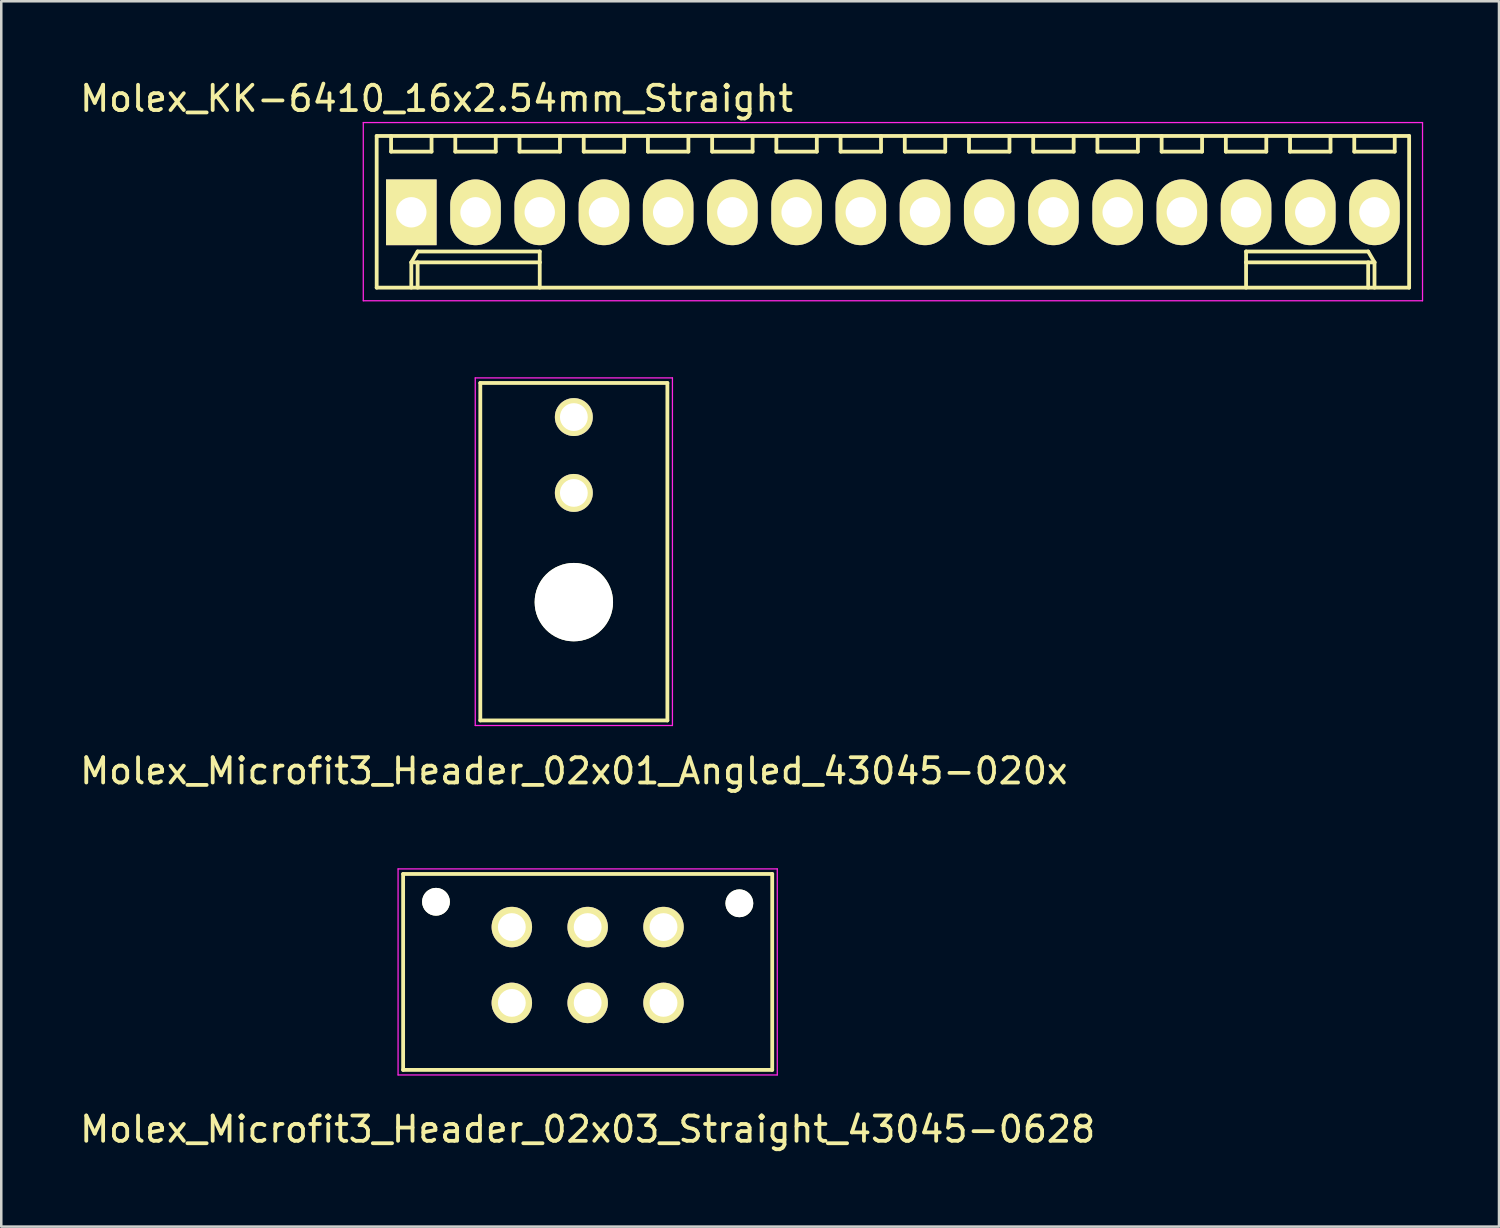
<source format=kicad_pcb>
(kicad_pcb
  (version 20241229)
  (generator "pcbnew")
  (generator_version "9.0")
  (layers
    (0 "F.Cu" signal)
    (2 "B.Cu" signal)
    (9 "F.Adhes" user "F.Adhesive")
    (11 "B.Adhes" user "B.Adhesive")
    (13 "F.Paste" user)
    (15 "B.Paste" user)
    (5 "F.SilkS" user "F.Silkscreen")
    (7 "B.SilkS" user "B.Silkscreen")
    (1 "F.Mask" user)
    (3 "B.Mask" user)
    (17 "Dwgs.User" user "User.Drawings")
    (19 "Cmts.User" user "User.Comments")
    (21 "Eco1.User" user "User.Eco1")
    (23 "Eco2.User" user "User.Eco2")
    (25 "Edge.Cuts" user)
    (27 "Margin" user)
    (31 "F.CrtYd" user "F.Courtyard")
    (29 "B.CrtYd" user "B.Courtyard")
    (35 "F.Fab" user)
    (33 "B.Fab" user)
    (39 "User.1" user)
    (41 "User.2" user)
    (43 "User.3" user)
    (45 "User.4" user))
  (footprint "Molex_Microfit3_Header_02x01_Angled_43045-020x"
    (layer "F.Cu")
    (at 19.649 16.448)
    (property "Reference" "Molex_Microfit3_Header_02x01_Angled_43045-020x" (at 0 11 0) (layer "F.SilkS") (effects (font (size 1 1) (thickness 0.15))))
    (attr through_hole)
    (fp_line (start -3.7 -4.35) (end 3.7 -4.35) (stroke (width 0.15) (type solid)) (layer "F.SilkS"))
    (fp_line (start -3.7 9) (end -3.7 -4.35) (stroke (width 0.15) (type solid)) (layer "F.SilkS"))
    (fp_line (start 3.7 -4.35) (end 3.7 9) (stroke (width 0.15) (type solid)) (layer "F.SilkS"))
    (fp_line (start 3.7 9) (end -3.7 9) (stroke (width 0.15) (type solid)) (layer "F.SilkS"))
    (fp_line (start -3.9 -4.55) (end -3.9 9.2) (stroke (width 0.05) (type solid)) (layer "F.CrtYd"))
    (fp_line (start -3.9 9.2) (end 3.9 9.2) (stroke (width 0.05) (type solid)) (layer "F.CrtYd"))
    (fp_line (start 3.9 -4.55) (end -3.9 -4.55) (stroke (width 0.05) (type solid)) (layer "F.CrtYd"))
    (fp_line (start 3.9 9.2) (end 3.9 -4.55) (stroke (width 0.05) (type solid)) (layer "F.CrtYd"))
    (pad "" np_thru_hole circle (at 0 4.32) (size 3.1 3.1) (drill 3.1) (layers "*.Cu" "*.Mask" "F.SilkS"))
    (pad "1" thru_hole circle (at 0 0) (size 1.5 1.5) (drill 1.1) (layers "*.Cu" "*.Mask" "F.SilkS"))
    (pad "2" thru_hole circle (at 0 -3) (size 1.5 1.5) (drill 1.1) (layers "*.Cu" "*.Mask" "F.SilkS")))
  (footprint "Molex_Microfit3_Header_02x03_Straight_43045-0628"
    (layer "F.Cu")
    (at 23.196 36.621)
    (property "Reference" "Molex_Microfit3_Header_02x03_Straight_43045-0628" (at -3 5 0) (layer "F.SilkS") (effects (font (size 1 1) (thickness 0.15))))
    (attr through_hole)
    (fp_line (start -10.3 2.65) (end -10.3 -5.1) (stroke (width 0.15) (type solid)) (layer "F.SilkS"))
    (fp_line (start 4.3 -5.1) (end -10.3 -5.1) (stroke (width 0.15) (type solid)) (layer "F.SilkS"))
    (fp_line (start 4.3 2.65) (end -10.3 2.65) (stroke (width 0.15) (type solid)) (layer "F.SilkS"))
    (fp_line (start 4.3 2.65) (end 4.3 -5.1) (stroke (width 0.15) (type solid)) (layer "F.SilkS"))
    (fp_line (start -10.5 2.85) (end -10.5 -5.3) (stroke (width 0.05) (type solid)) (layer "F.CrtYd"))
    (fp_line (start 4.5 -5.3) (end -10.5 -5.3) (stroke (width 0.05) (type solid)) (layer "F.CrtYd"))
    (fp_line (start 4.5 2.85) (end -10.5 2.85) (stroke (width 0.05) (type solid)) (layer "F.CrtYd"))
    (fp_line (start 4.5 2.85) (end 4.5 -5.3) (stroke (width 0.05) (type solid)) (layer "F.CrtYd"))
    (pad "" np_thru_hole circle (at -9 -4) (size 1.1 1.1) (drill 1.1) (layers "*.Cu" "*.Mask" "F.SilkS"))
    (pad "" np_thru_hole circle (at 3 -3.94) (size 1.1 1.1) (drill 1.1) (layers "*.Cu" "*.Mask" "F.SilkS"))
    (pad "1" thru_hole circle (at 0 0) (size 1.6 1.6) (drill 1.1) (layers "*.Cu" "*.Mask" "F.SilkS"))
    (pad "2" thru_hole circle (at -3 0) (size 1.6 1.6) (drill 1.1) (layers "*.Cu" "*.Mask" "F.SilkS"))
    (pad "3" thru_hole circle (at -6 0) (size 1.6 1.6) (drill 1.1) (layers "*.Cu" "*.Mask" "F.SilkS"))
    (pad "4" thru_hole circle (at 0 -3) (size 1.6 1.6) (drill 1.1) (layers "*.Cu" "*.Mask" "F.SilkS"))
    (pad "5" thru_hole circle (at -3 -3) (size 1.6 1.6) (drill 1.1) (layers "*.Cu" "*.Mask" "F.SilkS"))
    (pad "6" thru_hole circle (at -6 -3) (size 1.6 1.6) (drill 1.1) (layers "*.Cu" "*.Mask" "F.SilkS")))
  (footprint "Molex_KK-6410_16x2.54mm_Straight"
    (layer "F.Cu")
    (at 13.22 5.348)
    (property "Reference" "Molex_KK-6410_16x2.54mm_Straight" (at 1 -4.5 0) (layer "F.SilkS") (effects (font (size 1 1) (thickness 0.15))))
    (attr through_hole)
    (fp_line (start -1.37 -3.02) (end -1.37 2.98) (stroke (width 0.15) (type solid)) (layer "F.SilkS"))
    (fp_line (start -1.37 2.98) (end 39.47 2.98) (stroke (width 0.15) (type solid)) (layer "F.SilkS"))
    (fp_line (start -0.8 -3.02) (end -0.8 -2.4) (stroke (width 0.15) (type solid)) (layer "F.SilkS"))
    (fp_line (start -0.8 -2.4) (end 0.8 -2.4) (stroke (width 0.15) (type solid)) (layer "F.SilkS"))
    (fp_line (start 0 1.98) (end 0.25 1.55) (stroke (width 0.15) (type solid)) (layer "F.SilkS"))
    (fp_line (start 0 1.98) (end 5.08 1.98) (stroke (width 0.15) (type solid)) (layer "F.SilkS"))
    (fp_line (start 0 2.98) (end 0 1.98) (stroke (width 0.15) (type solid)) (layer "F.SilkS"))
    (fp_line (start 0.25 1.55) (end 5.08 1.55) (stroke (width 0.15) (type solid)) (layer "F.SilkS"))
    (fp_line (start 0.25 2.98) (end 0.25 1.98) (stroke (width 0.15) (type solid)) (layer "F.SilkS"))
    (fp_line (start 0.8 -2.4) (end 0.8 -3.02) (stroke (width 0.15) (type solid)) (layer "F.SilkS"))
    (fp_line (start 1.74 -3.02) (end 1.74 -2.4) (stroke (width 0.15) (type solid)) (layer "F.SilkS"))
    (fp_line (start 1.74 -2.4) (end 3.34 -2.4) (stroke (width 0.15) (type solid)) (layer "F.SilkS"))
    (fp_line (start 3.34 -2.4) (end 3.34 -3.02) (stroke (width 0.15) (type solid)) (layer "F.SilkS"))
    (fp_line (start 4.28 -3.02) (end 4.28 -2.4) (stroke (width 0.15) (type solid)) (layer "F.SilkS"))
    (fp_line (start 4.28 -2.4) (end 5.88 -2.4) (stroke (width 0.15) (type solid)) (layer "F.SilkS"))
    (fp_line (start 5.08 1.55) (end 5.08 1.98) (stroke (width 0.15) (type solid)) (layer "F.SilkS"))
    (fp_line (start 5.08 1.98) (end 5.08 2.98) (stroke (width 0.15) (type solid)) (layer "F.SilkS"))
    (fp_line (start 5.88 -2.4) (end 5.88 -3.02) (stroke (width 0.15) (type solid)) (layer "F.SilkS"))
    (fp_line (start 6.82 -3.02) (end 6.82 -2.4) (stroke (width 0.15) (type solid)) (layer "F.SilkS"))
    (fp_line (start 6.82 -2.4) (end 8.42 -2.4) (stroke (width 0.15) (type solid)) (layer "F.SilkS"))
    (fp_line (start 8.42 -2.4) (end 8.42 -3.02) (stroke (width 0.15) (type solid)) (layer "F.SilkS"))
    (fp_line (start 9.36 -3.02) (end 9.36 -2.4) (stroke (width 0.15) (type solid)) (layer "F.SilkS"))
    (fp_line (start 9.36 -2.4) (end 10.96 -2.4) (stroke (width 0.15) (type solid)) (layer "F.SilkS"))
    (fp_line (start 10.96 -2.4) (end 10.96 -3.02) (stroke (width 0.15) (type solid)) (layer "F.SilkS"))
    (fp_line (start 11.9 -3.02) (end 11.9 -2.4) (stroke (width 0.15) (type solid)) (layer "F.SilkS"))
    (fp_line (start 11.9 -2.4) (end 13.5 -2.4) (stroke (width 0.15) (type solid)) (layer "F.SilkS"))
    (fp_line (start 13.5 -2.4) (end 13.5 -3.02) (stroke (width 0.15) (type solid)) (layer "F.SilkS"))
    (fp_line (start 14.44 -3.02) (end 14.44 -2.4) (stroke (width 0.15) (type solid)) (layer "F.SilkS"))
    (fp_line (start 14.44 -2.4) (end 16.04 -2.4) (stroke (width 0.15) (type solid)) (layer "F.SilkS"))
    (fp_line (start 16.04 -2.4) (end 16.04 -3.02) (stroke (width 0.15) (type solid)) (layer "F.SilkS"))
    (fp_line (start 16.98 -3.02) (end 16.98 -2.4) (stroke (width 0.15) (type solid)) (layer "F.SilkS"))
    (fp_line (start 16.98 -2.4) (end 18.58 -2.4) (stroke (width 0.15) (type solid)) (layer "F.SilkS"))
    (fp_line (start 18.58 -2.4) (end 18.58 -3.02) (stroke (width 0.15) (type solid)) (layer "F.SilkS"))
    (fp_line (start 19.52 -3.02) (end 19.52 -2.4) (stroke (width 0.15) (type solid)) (layer "F.SilkS"))
    (fp_line (start 19.52 -2.4) (end 21.12 -2.4) (stroke (width 0.15) (type solid)) (layer "F.SilkS"))
    (fp_line (start 21.12 -2.4) (end 21.12 -3.02) (stroke (width 0.15) (type solid)) (layer "F.SilkS"))
    (fp_line (start 22.06 -3.02) (end 22.06 -2.4) (stroke (width 0.15) (type solid)) (layer "F.SilkS"))
    (fp_line (start 22.06 -2.4) (end 23.66 -2.4) (stroke (width 0.15) (type solid)) (layer "F.SilkS"))
    (fp_line (start 23.66 -2.4) (end 23.66 -3.02) (stroke (width 0.15) (type solid)) (layer "F.SilkS"))
    (fp_line (start 24.6 -3.02) (end 24.6 -2.4) (stroke (width 0.15) (type solid)) (layer "F.SilkS"))
    (fp_line (start 24.6 -2.4) (end 26.2 -2.4) (stroke (width 0.15) (type solid)) (layer "F.SilkS"))
    (fp_line (start 26.2 -2.4) (end 26.2 -3.02) (stroke (width 0.15) (type solid)) (layer "F.SilkS"))
    (fp_line (start 27.14 -3.02) (end 27.14 -2.4) (stroke (width 0.15) (type solid)) (layer "F.SilkS"))
    (fp_line (start 27.14 -2.4) (end 28.74 -2.4) (stroke (width 0.15) (type solid)) (layer "F.SilkS"))
    (fp_line (start 28.74 -2.4) (end 28.74 -3.02) (stroke (width 0.15) (type solid)) (layer "F.SilkS"))
    (fp_line (start 29.68 -3.02) (end 29.68 -2.4) (stroke (width 0.15) (type solid)) (layer "F.SilkS"))
    (fp_line (start 29.68 -2.4) (end 31.28 -2.4) (stroke (width 0.15) (type solid)) (layer "F.SilkS"))
    (fp_line (start 31.28 -2.4) (end 31.28 -3.02) (stroke (width 0.15) (type solid)) (layer "F.SilkS"))
    (fp_line (start 32.22 -3.02) (end 32.22 -2.4) (stroke (width 0.15) (type solid)) (layer "F.SilkS"))
    (fp_line (start 32.22 -2.4) (end 33.82 -2.4) (stroke (width 0.15) (type solid)) (layer "F.SilkS"))
    (fp_line (start 33.02 1.55) (end 33.02 1.98) (stroke (width 0.15) (type solid)) (layer "F.SilkS"))
    (fp_line (start 33.02 1.98) (end 33.02 2.98) (stroke (width 0.15) (type solid)) (layer "F.SilkS"))
    (fp_line (start 33.82 -2.4) (end 33.82 -3.02) (stroke (width 0.15) (type solid)) (layer "F.SilkS"))
    (fp_line (start 34.76 -3.02) (end 34.76 -2.4) (stroke (width 0.15) (type solid)) (layer "F.SilkS"))
    (fp_line (start 34.76 -2.4) (end 36.36 -2.4) (stroke (width 0.15) (type solid)) (layer "F.SilkS"))
    (fp_line (start 36.36 -2.4) (end 36.36 -3.02) (stroke (width 0.15) (type solid)) (layer "F.SilkS"))
    (fp_line (start 37.3 -3.02) (end 37.3 -2.4) (stroke (width 0.15) (type solid)) (layer "F.SilkS"))
    (fp_line (start 37.3 -2.4) (end 38.9 -2.4) (stroke (width 0.15) (type solid)) (layer "F.SilkS"))
    (fp_line (start 37.85 1.55) (end 33.02 1.55) (stroke (width 0.15) (type solid)) (layer "F.SilkS"))
    (fp_line (start 37.85 2.98) (end 37.85 1.98) (stroke (width 0.15) (type solid)) (layer "F.SilkS"))
    (fp_line (start 38.1 1.98) (end 33.02 1.98) (stroke (width 0.15) (type solid)) (layer "F.SilkS"))
    (fp_line (start 38.1 1.98) (end 37.85 1.55) (stroke (width 0.15) (type solid)) (layer "F.SilkS"))
    (fp_line (start 38.1 2.98) (end 38.1 1.98) (stroke (width 0.15) (type solid)) (layer "F.SilkS"))
    (fp_line (start 38.9 -2.4) (end 38.9 -3.02) (stroke (width 0.15) (type solid)) (layer "F.SilkS"))
    (fp_line (start 39.47 -3.02) (end -1.37 -3.02) (stroke (width 0.15) (type solid)) (layer "F.SilkS"))
    (fp_line (start 39.47 2.98) (end 39.47 -3.02) (stroke (width 0.15) (type solid)) (layer "F.SilkS"))
    (fp_line (start -1.9 -3.55) (end 40 -3.55) (stroke (width 0.05) (type solid)) (layer "F.CrtYd"))
    (fp_line (start -1.9 3.5) (end -1.9 -3.55) (stroke (width 0.05) (type solid)) (layer "F.CrtYd"))
    (fp_line (start 40 -3.55) (end 40 3.5) (stroke (width 0.05) (type solid)) (layer "F.CrtYd"))
    (fp_line (start 40 3.5) (end -1.9 3.5) (stroke (width 0.05) (type solid)) (layer "F.CrtYd"))
    (pad "1" thru_hole rect (at 0 0) (size 2 2.6) (drill 1.2) (layers "*.Cu" "*.Mask" "F.SilkS"))
    (pad "2" thru_hole oval (at 2.54 0) (size 2 2.6) (drill 1.2) (layers "*.Cu" "*.Mask" "F.SilkS"))
    (pad "3" thru_hole oval (at 5.08 0) (size 2 2.6) (drill 1.2) (layers "*.Cu" "*.Mask" "F.SilkS"))
    (pad "4" thru_hole oval (at 7.62 0) (size 2 2.6) (drill 1.2) (layers "*.Cu" "*.Mask" "F.SilkS"))
    (pad "5" thru_hole oval (at 10.16 0) (size 2 2.6) (drill 1.2) (layers "*.Cu" "*.Mask" "F.SilkS"))
    (pad "6" thru_hole oval (at 12.7 0) (size 2 2.6) (drill 1.2) (layers "*.Cu" "*.Mask" "F.SilkS"))
    (pad "7" thru_hole oval (at 15.24 0) (size 2 2.6) (drill 1.2) (layers "*.Cu" "*.Mask" "F.SilkS"))
    (pad "8" thru_hole oval (at 17.78 0) (size 2 2.6) (drill 1.2) (layers "*.Cu" "*.Mask" "F.SilkS"))
    (pad "9" thru_hole oval (at 20.32 0) (size 2 2.6) (drill 1.2) (layers "*.Cu" "*.Mask" "F.SilkS"))
    (pad "10" thru_hole oval (at 22.86 0) (size 2 2.6) (drill 1.2) (layers "*.Cu" "*.Mask" "F.SilkS"))
    (pad "11" thru_hole oval (at 25.4 0) (size 2 2.6) (drill 1.2) (layers "*.Cu" "*.Mask" "F.SilkS"))
    (pad "12" thru_hole oval (at 27.94 0) (size 2 2.6) (drill 1.2) (layers "*.Cu" "*.Mask" "F.SilkS"))
    (pad "13" thru_hole oval (at 30.48 0) (size 2 2.6) (drill 1.2) (layers "*.Cu" "*.Mask" "F.SilkS"))
    (pad "14" thru_hole oval (at 33.02 0) (size 2 2.6) (drill 1.2) (layers "*.Cu" "*.Mask" "F.SilkS"))
    (pad "15" thru_hole oval (at 35.56 0) (size 2 2.6) (drill 1.2) (layers "*.Cu" "*.Mask" "F.SilkS"))
    (pad "16" thru_hole oval (at 38.1 0) (size 2 2.6) (drill 1.2) (layers "*.Cu" "*.Mask" "F.SilkS")))
  (gr_rect
    (start -3 -3)
    (end 56.245 45.47)
    (stroke (width 0.1) (type default))
    (fill no)
    (layer "Edge.Cuts")))
</source>
